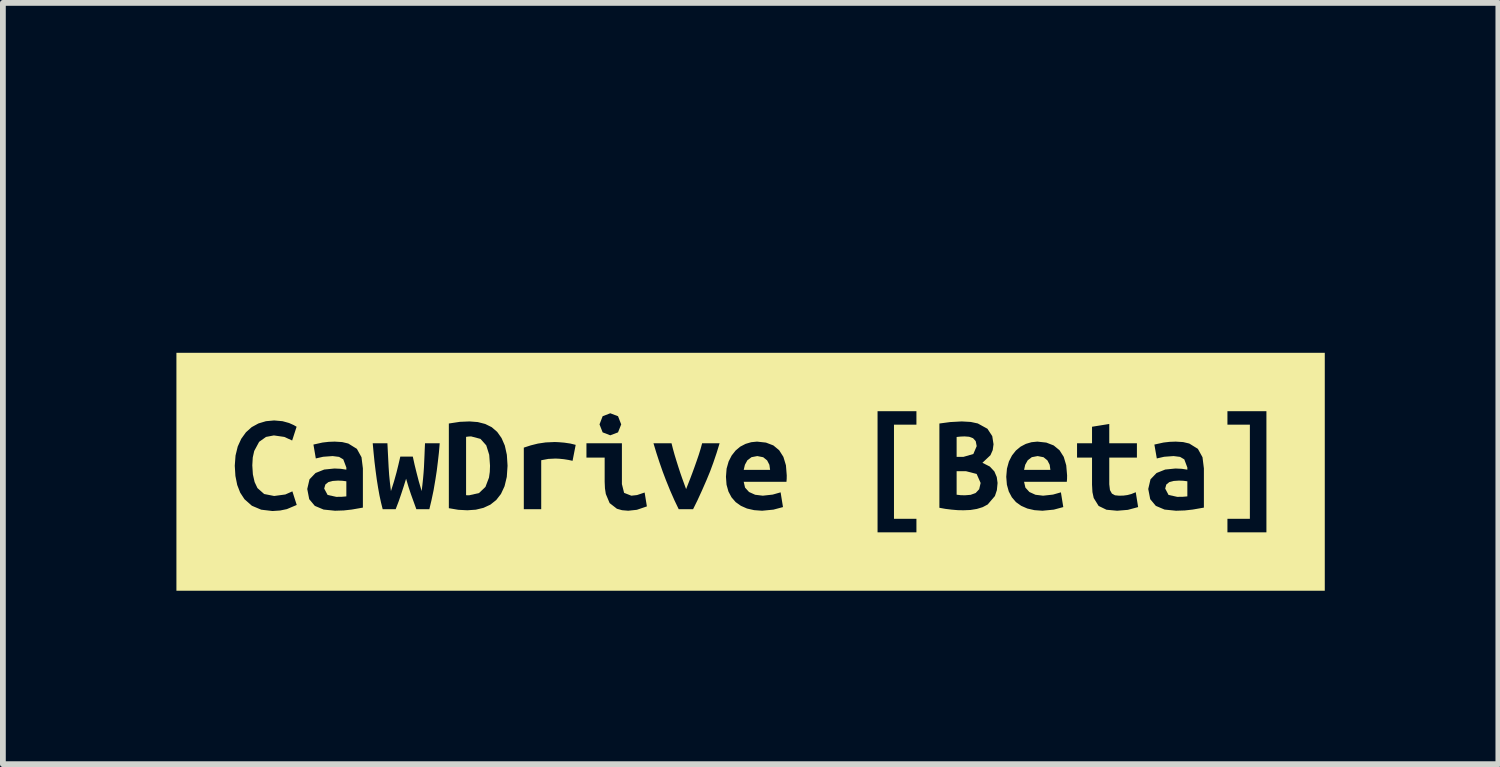
<source format=kicad_pcb>
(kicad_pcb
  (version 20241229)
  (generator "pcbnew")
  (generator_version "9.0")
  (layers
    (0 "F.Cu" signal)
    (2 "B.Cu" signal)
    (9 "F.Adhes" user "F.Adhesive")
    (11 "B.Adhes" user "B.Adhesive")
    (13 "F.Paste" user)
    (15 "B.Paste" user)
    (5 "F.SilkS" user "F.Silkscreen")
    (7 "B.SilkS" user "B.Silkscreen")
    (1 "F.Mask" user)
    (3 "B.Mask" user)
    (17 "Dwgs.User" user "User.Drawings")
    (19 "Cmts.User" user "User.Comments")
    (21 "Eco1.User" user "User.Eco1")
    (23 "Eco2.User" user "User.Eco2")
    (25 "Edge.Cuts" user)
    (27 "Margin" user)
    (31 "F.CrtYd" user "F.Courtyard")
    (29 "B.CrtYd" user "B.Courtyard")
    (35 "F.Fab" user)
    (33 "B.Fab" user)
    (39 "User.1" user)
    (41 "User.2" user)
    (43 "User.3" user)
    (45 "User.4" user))
  (footprint "kibuzzard-692C9A5B"
    (layer "F.Cu")
    (at 9.927 5.106)
    (property "Reference" "kibuzzard-692C9A5B" (at 0 -5.105 0) (layer "F.SilkS") (effects (font (size 0.001 0.001) (thickness 0.15))))
    (attr board_only exclude_from_pos_files exclude_from_bom)
    (fp_poly (pts (xy 0.337 -0.032) (xy 0.325 -0.12) (xy 0.286 -0.196) (xy 0.218 -0.251) (xy 0.116 -0.271) (xy 0.016 -0.252) (xy -0.055 -0.199) (xy -0.098 -0.121) (xy -0.119 -0.032) (xy 0.337 -0.032)) (stroke (width 0) (type solid)) (fill yes) (layer "F.SilkS"))
    (fp_poly (pts (xy 5.183 -0.032) (xy 5.171 -0.12) (xy 5.132 -0.196) (xy 5.065 -0.251) (xy 4.963 -0.271) (xy 4.862 -0.252) (xy 4.792 -0.199) (xy 4.748 -0.121) (xy 4.728 -0.032) (xy 5.183 -0.032)) (stroke (width 0) (type solid)) (fill yes) (layer "F.SilkS"))
    (fp_poly (pts (xy 3.562 -0.01) (xy 3.562 0.397) (xy 3.631 0.405) (xy 3.705 0.407) (xy 3.805 0.399) (xy 3.891 0.367) (xy 3.952 0.302) (xy 3.977 0.194) (xy 3.908 0.038) (xy 3.722 -0.01) (xy 3.562 -0.01)) (stroke (width 0) (type solid)) (fill yes) (layer "F.SilkS"))
    (fp_poly (pts (xy 3.679 -0.257) (xy 3.851 -0.307) (xy 3.909 -0.443) (xy 3.892 -0.529) (xy 3.846 -0.58) (xy 3.778 -0.605) (xy 3.698 -0.611) (xy 3.628 -0.608) (xy 3.562 -0.601) (xy 3.562 -0.257) (xy 3.679 -0.257)) (stroke (width 0) (type solid)) (fill yes) (layer "F.SilkS"))
    (fp_poly (pts (xy -7.163 0.434) (xy -7.069 0.433) (xy -6.989 0.426) (xy -6.989 0.165) (xy -7.059 0.156) (xy -7.134 0.153) (xy -7.224 0.159) (xy -7.3 0.179) (xy -7.352 0.221) (xy -7.372 0.291) (xy -7.313 0.401) (xy -7.163 0.434)) (stroke (width 0) (type solid)) (fill yes) (layer "F.SilkS"))
    (fp_poly (pts (xy 7.376 0.434) (xy 7.471 0.433) (xy 7.551 0.426) (xy 7.551 0.165) (xy 7.481 0.156) (xy 7.405 0.153) (xy 7.316 0.159) (xy 7.239 0.179) (xy 7.187 0.221) (xy 7.168 0.291) (xy 7.226 0.401) (xy 7.376 0.434)) (stroke (width 0) (type solid)) (fill yes) (layer "F.SilkS"))
    (fp_poly (pts (xy -4.919 0.405) (xy -4.893 0.407) (xy -4.866 0.407) (xy -4.695 0.368) (xy -4.584 0.262) (xy -4.523 0.101) (xy -4.509 0.003) (xy -4.505 -0.104) (xy -4.519 -0.293) (xy -4.57 -0.456) (xy -4.67 -0.568) (xy -4.832 -0.611) (xy -4.876 -0.609) (xy -4.919 -0.603) (xy -4.919 0.405)) (stroke (width 0) (type solid)) (fill yes) (layer "F.SilkS"))
    (fp_poly (pts (xy -8.918 -2.057) (xy -9.927 -2.057) (xy -9.927 2.057) (xy -8.918 2.057) (xy -8.266 2.057) (xy -8.266 0.679) (xy -8.461 0.656) (xy -8.622 0.588) (xy -8.75 0.475) (xy -8.824 0.362) (xy -8.876 0.228) (xy -8.907 0.073) (xy -8.918 -0.104) (xy -8.905 -0.28) (xy -8.867 -0.436) (xy -8.806 -0.57) (xy -8.725 -0.682) (xy -8.626 -0.771) (xy -8.509 -0.835) (xy -8.379 -0.874) (xy -8.237 -0.887) (xy -8.092 -0.874) (xy -7.98 -0.843) (xy -7.899 -0.807) (xy -7.849 -0.778) (xy -7.926 -0.54) (xy -8.061 -0.602) (xy -8.242 -0.628) (xy -8.378 -0.602) (xy -8.497 -0.517) (xy -8.582 -0.359) (xy -8.607 -0.247) (xy -8.615 -0.111) (xy -8.605 0.046) (xy -8.575 0.178) (xy -8.526 0.282) (xy -8.41 0.385) (xy -8.237 0.419) (xy -8.044 0.393) (xy -7.922 0.339) (xy -7.847 0.574) (xy -8.017 0.646) (xy -8.133 0.67) (xy -8.266 0.679) (xy -8.266 2.057) (xy -7.185 2.057) (xy -7.185 0.674) (xy -7.382 0.654) (xy -7.534 0.59) (xy -7.631 0.474) (xy -7.665 0.298) (xy -7.626 0.131) (xy -7.522 0.022) (xy -7.372 -0.038) (xy -7.195 -0.056) (xy -7.085 -0.051) (xy -6.989 -0.036) (xy -6.989 -0.073) (xy -7.042 -0.214) (xy -7.115 -0.257) (xy -7.226 -0.271) (xy -7.39 -0.259) (xy -7.517 -0.23) (xy -7.558 -0.47) (xy -7.401 -0.505) (xy -7.297 -0.517) (xy -7.19 -0.521) (xy -7.061 -0.513) (xy -6.956 -0.488) (xy -6.807 -0.396) (xy -6.727 -0.251) (xy -6.703 -0.058) (xy -6.703 0.62) (xy -6.897 0.654) (xy -7.033 0.669) (xy -7.185 0.674) (xy -7.185 2.057) (xy -5.779 2.057) (xy -5.779 0.647) (xy -5.829 0.509) (xy -5.873 0.387) (xy -5.914 0.263) (xy -5.956 0.121) (xy -6 0.261) (xy -6.04 0.383) (xy -6.082 0.506) (xy -6.136 0.647) (xy -6.361 0.647) (xy -6.389 0.535) (xy -6.416 0.411) (xy -6.44 0.277) (xy -6.463 0.134) (xy -6.483 -0.015) (xy -6.502 -0.17) (xy -6.518 -0.329) (xy -6.533 -0.492) (xy -6.279 -0.492) (xy -6.272 -0.352) (xy -6.265 -0.215) (xy -6.258 -0.08) (xy -6.249 0.055) (xy -6.235 0.194) (xy -6.218 0.334) (xy -6.164 0.164) (xy -6.122 0.013) (xy -6.088 -0.125) (xy -6.056 -0.262) (xy -5.84 -0.262) (xy -5.81 -0.125) (xy -5.776 0.013) (xy -5.737 0.164) (xy -5.687 0.334) (xy -5.674 0.225) (xy -5.663 0.121) (xy -5.654 0.02) (xy -5.647 -0.081) (xy -5.638 -0.282) (xy -5.634 -0.385) (xy -5.629 -0.492) (xy -5.375 -0.492) (xy -5.389 -0.328) (xy -5.407 -0.17) (xy -5.426 -0.016) (xy -5.449 0.133) (xy -5.481 0.321) (xy -5.517 0.492) (xy -5.554 0.647) (xy -5.779 0.647) (xy -5.779 2.057) (xy -4.897 2.057) (xy -4.897 0.666) (xy -5.054 0.658) (xy -5.217 0.63) (xy -5.217 -0.834) (xy -5.026 -0.863) (xy -4.859 -0.87) (xy -4.717 -0.859) (xy -4.588 -0.826) (xy -4.475 -0.77) (xy -4.381 -0.689) (xy -4.306 -0.583) (xy -4.249 -0.452) (xy -4.214 -0.293) (xy -4.202 -0.104) (xy -4.215 0.089) (xy -4.254 0.251) (xy -4.316 0.384) (xy -4.398 0.489) (xy -4.499 0.569) (xy -4.618 0.624) (xy -4.751 0.656) (xy -4.897 0.666) (xy -4.897 2.057) (xy -3.62 2.057) (xy -3.62 0.647) (xy -3.921 0.647) (xy -3.921 -0.417) (xy -3.801 -0.456) (xy -3.677 -0.487) (xy -3.542 -0.507) (xy -3.385 -0.514) (xy -3.316 -0.511) (xy -3.221 -0.503) (xy -3.118 -0.488) (xy -3.024 -0.465) (xy -3.078 -0.189) (xy -3.147 -0.204) (xy -3.228 -0.217) (xy -3.308 -0.225) (xy -3.373 -0.228) (xy -3.497 -0.222) (xy -3.62 -0.199) (xy -3.62 0.647) (xy -3.62 2.057) (xy -2.116 2.057) (xy -2.116 0.674) (xy -2.222 0.665) (xy -2.311 0.64) (xy -2.437 0.542) (xy -2.503 0.385) (xy -2.518 0.287) (xy -2.523 0.174) (xy -2.523 -0.245) (xy -2.838 -0.245) (xy -2.838 -0.492) (xy -2.426 -0.492) (xy -2.426 -0.63) (xy -2.558 -0.681) (xy -2.612 -0.819) (xy -2.558 -0.96) (xy -2.426 -1.011) (xy -2.292 -0.96) (xy -2.237 -0.819) (xy -2.292 -0.681) (xy -2.426 -0.63) (xy -2.426 -0.492) (xy -2.225 -0.492) (xy -2.225 0.213) (xy -2.187 0.365) (xy -2.062 0.414) (xy -1.963 0.403) (xy -1.832 0.359) (xy -1.793 0.599) (xy -1.966 0.658) (xy -2.116 0.674) (xy -2.116 2.057) (xy -1.243 2.057) (xy -1.243 0.647) (xy -1.316 0.495) (xy -1.39 0.327) (xy -1.465 0.142) (xy -1.521 -0.006) (xy -1.575 -0.161) (xy -1.628 -0.323) (xy -1.679 -0.492) (xy -1.367 -0.492) (xy -1.343 -0.397) (xy -1.315 -0.296) (xy -1.283 -0.191) (xy -1.25 -0.086) (xy -1.216 0.018) (xy -1.181 0.119) (xy -1.115 0.3) (xy -1.044 0.119) (xy -1.006 0.018) (xy -0.968 -0.086) (xy -0.931 -0.191) (xy -0.895 -0.296) (xy -0.864 -0.397) (xy -0.838 -0.492) (xy -0.536 -0.492) (xy -0.588 -0.323) (xy -0.643 -0.161) (xy -0.7 -0.006) (xy -0.761 0.142) (xy -0.842 0.327) (xy -0.919 0.495) (xy -0.994 0.647) (xy -1.243 0.647) (xy -1.243 2.057) (xy 0.199 2.057) (xy 0.199 0.674) (xy 0.061 0.664) (xy -0.062 0.636) (xy -0.168 0.589) (xy -0.258 0.525) (xy -0.33 0.442) (xy -0.383 0.342) (xy -0.416 0.224) (xy -0.426 0.087) (xy -0.415 -0.054) (xy -0.38 -0.177) (xy -0.327 -0.281) (xy -0.259 -0.367) (xy -0.179 -0.434) (xy -0.087 -0.482) (xy 0.011 -0.511) (xy 0.111 -0.521) (xy 0.266 -0.504) (xy 0.394 -0.455) (xy 0.494 -0.372) (xy 0.567 -0.257) (xy 0.611 -0.112) (xy 0.625 0.063) (xy 0.624 0.124) (xy 0.62 0.174) (xy -0.119 0.174) (xy -0.096 0.274) (xy -0.027 0.35) (xy 0.079 0.398) (xy 0.211 0.414) (xy 0.382 0.395) (xy 0.519 0.356) (xy 0.56 0.611) (xy 0.395 0.655) (xy 0.199 0.674) (xy 0.199 2.057) (xy 2.867 2.057) (xy 2.867 1.047) (xy 2.195 1.047) (xy 2.195 -1.047) (xy 2.867 -1.047) (xy 2.867 -0.814) (xy 2.479 -0.814) (xy 2.479 0.814) (xy 2.867 0.814) (xy 2.867 1.047) (xy 2.867 2.057) (xy 3.681 2.057) (xy 3.681 0.666) (xy 3.58 0.664) (xy 3.475 0.655) (xy 3.369 0.642) (xy 3.264 0.623) (xy 3.264 -0.834) (xy 3.451 -0.859) (xy 3.652 -0.87) (xy 3.806 -0.861) (xy 3.928 -0.835) (xy 4.095 -0.743) (xy 4.178 -0.616) (xy 4.2 -0.475) (xy 4.186 -0.374) (xy 4.147 -0.286) (xy 4.008 -0.155) (xy 4.136 -0.09) (xy 4.215 -0.005) (xy 4.256 0.092) (xy 4.27 0.194) (xy 4.258 0.318) (xy 4.224 0.42) (xy 4.099 0.566) (xy 4.013 0.612) (xy 3.912 0.643) (xy 3.801 0.661) (xy 3.681 0.666) (xy 3.681 2.057) (xy 5.045 2.057) (xy 5.045 0.674) (xy 4.907 0.664) (xy 4.785 0.636) (xy 4.678 0.589) (xy 4.588 0.525) (xy 4.517 0.442) (xy 4.464 0.342) (xy 4.431 0.224) (xy 4.42 0.087) (xy 4.432 -0.054) (xy 4.466 -0.177) (xy 4.519 -0.281) (xy 4.587 -0.367) (xy 4.668 -0.434) (xy 4.759 -0.482) (xy 4.857 -0.511) (xy 4.958 -0.521) (xy 5.113 -0.504) (xy 5.24 -0.455) (xy 5.341 -0.372) (xy 5.414 -0.257) (xy 5.457 -0.112) (xy 5.472 0.063) (xy 5.471 0.124) (xy 5.467 0.174) (xy 4.728 0.174) (xy 4.751 0.274) (xy 4.82 0.35) (xy 4.925 0.398) (xy 5.057 0.414) (xy 5.228 0.395) (xy 5.365 0.356) (xy 5.406 0.611) (xy 5.242 0.655) (xy 5.045 0.674) (xy 5.045 2.057) (xy 6.337 2.057) (xy 6.337 0.674) (xy 6.153 0.657) (xy 6.017 0.591) (xy 5.932 0.454) (xy 5.91 0.352) (xy 5.903 0.223) (xy 5.903 -0.245) (xy 5.644 -0.245) (xy 5.644 -0.492) (xy 5.903 -0.492) (xy 5.903 -0.778) (xy 6.201 -0.826) (xy 6.201 -0.492) (xy 6.679 -0.492) (xy 6.679 -0.245) (xy 6.201 -0.245) (xy 6.201 0.216) (xy 6.213 0.317) (xy 6.247 0.378) (xy 6.3 0.407) (xy 6.371 0.414) (xy 6.447 0.412) (xy 6.515 0.403) (xy 6.583 0.385) (xy 6.659 0.354) (xy 6.7 0.611) (xy 6.522 0.659) (xy 6.337 0.674) (xy 6.337 2.057) (xy 7.355 2.057) (xy 7.355 0.674) (xy 7.157 0.654) (xy 7.006 0.59) (xy 6.909 0.474) (xy 6.875 0.298) (xy 6.914 0.131) (xy 7.018 0.022) (xy 7.168 -0.038) (xy 7.345 -0.056) (xy 7.455 -0.051) (xy 7.551 -0.036) (xy 7.551 -0.073) (xy 7.498 -0.214) (xy 7.425 -0.257) (xy 7.313 -0.271) (xy 7.15 -0.259) (xy 7.023 -0.23) (xy 6.981 -0.47) (xy 7.139 -0.505) (xy 7.243 -0.517) (xy 7.35 -0.521) (xy 7.478 -0.513) (xy 7.584 -0.488) (xy 7.733 -0.396) (xy 7.813 -0.251) (xy 7.837 -0.058) (xy 7.837 0.62) (xy 7.643 0.654) (xy 7.507 0.669) (xy 7.355 0.674) (xy 7.355 2.057) (xy 8.918 2.057) (xy 8.918 1.047) (xy 8.244 1.047) (xy 8.244 0.814) (xy 8.632 0.814) (xy 8.632 -0.814) (xy 8.244 -0.814) (xy 8.244 -1.047) (xy 8.918 -1.047) (xy 8.918 1.047) (xy 8.918 2.057) (xy 9.927 2.057) (xy 9.927 -2.057) (xy 8.918 -2.057) (xy -8.918 -2.057)) (stroke (width 0) (type solid)) (fill yes) (layer "F.SilkS")))
  (gr_rect
    (start -3 -3)
    (end 22.855 10.162)
    (stroke (width 0.1) (type default))
    (fill no)
    (layer "Edge.Cuts")))
</source>
